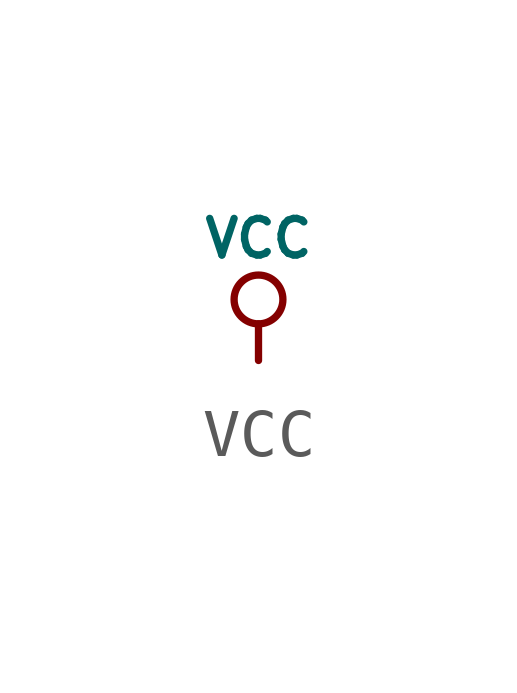
<source format=kicad_sym>
(kicad_symbol_lib
  (version 20211014)
  (generator kicad_symbol_editor)
  (symbol "VCC"
    (power)
    (pin_names
      (offset 0))
    (property "Reference" "#PWR"
      (at 0 2.54 0)
      (effects (font (size 0.762 0.762)) hide))
    (property "Value" "VCC"
      (at 0 2.54 0)
      (effects (font (size 0.762 0.762))))
    (symbol "VCC_0_0"
      (pin power_in line (at 0 0 90) (length 0) hide (name "VCC" (effects (font (size 0.508 0.508)))) (number "1" (effects (font (size 0.508 0.508))))))
    (symbol "VCC_0_1"
      (polyline (pts (xy 0 0) (xy 0 0.762) (xy 0 0.762)) (stroke (width 0) (type default) (color 0 0 0 0)) (fill (type none)))
      (circle (center 0 1.27) (radius 0.508) (stroke (width 0) (type default) (color 0 0 0 0)) (fill (type none))))))
</source>
